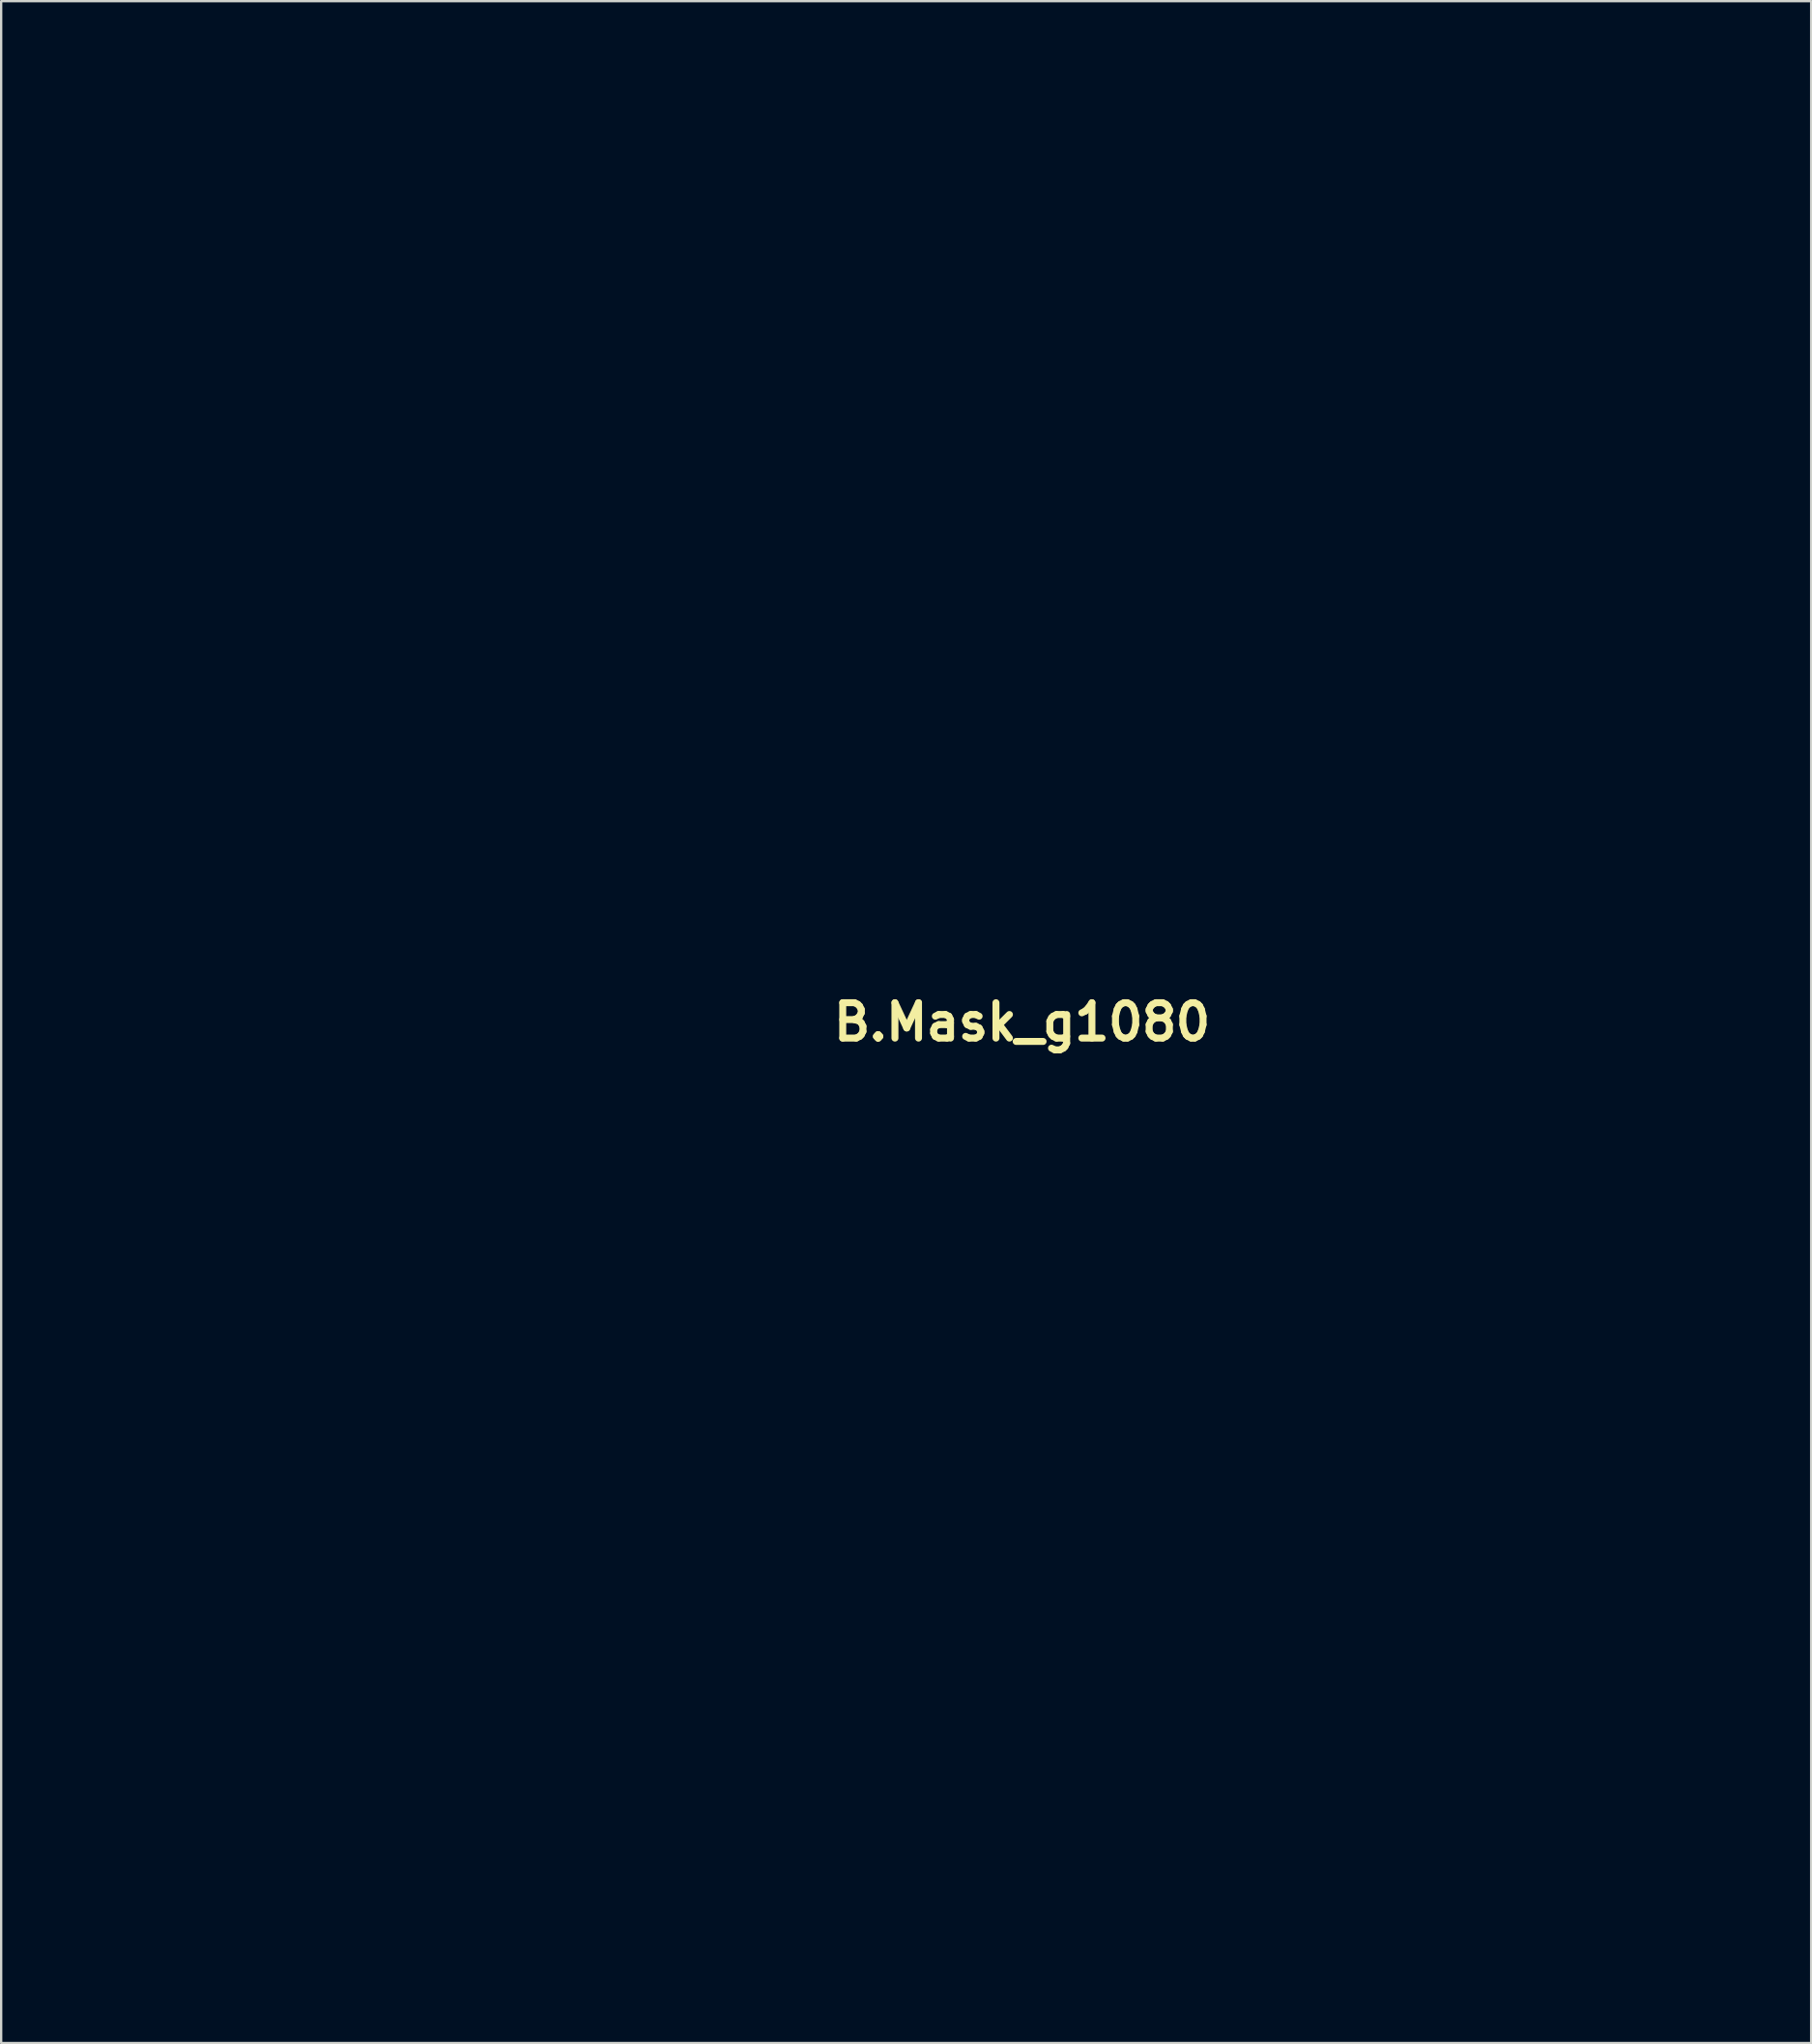
<source format=kicad_pcb>
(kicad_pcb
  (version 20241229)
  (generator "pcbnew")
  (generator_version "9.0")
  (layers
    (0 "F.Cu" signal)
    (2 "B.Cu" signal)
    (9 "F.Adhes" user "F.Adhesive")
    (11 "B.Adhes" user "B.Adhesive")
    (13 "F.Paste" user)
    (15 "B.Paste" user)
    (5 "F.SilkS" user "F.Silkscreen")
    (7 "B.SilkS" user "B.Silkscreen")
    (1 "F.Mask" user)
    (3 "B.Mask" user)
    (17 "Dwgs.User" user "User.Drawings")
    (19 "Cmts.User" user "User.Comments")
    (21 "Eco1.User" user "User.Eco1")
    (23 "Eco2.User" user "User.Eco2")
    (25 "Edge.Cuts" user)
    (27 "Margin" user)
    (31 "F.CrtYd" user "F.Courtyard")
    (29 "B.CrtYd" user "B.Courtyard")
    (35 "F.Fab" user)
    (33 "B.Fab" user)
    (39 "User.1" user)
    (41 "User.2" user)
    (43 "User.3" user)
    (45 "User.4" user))
  (footprint "B.Mask_g1080"
    (layer "F.Cu")
    (at 41.005 41.005)
    (property "Reference" "B.Mask_g1080" (at 0 0 0) (layer "F.SilkS") (effects (font (size 1.524 1.524) (thickness 0.3))))
    (attr through_hole)
    (fp_poly (pts (xy 0.529 -20.86) (xy 0.519 -20.849) (xy 0.508 -20.86) (xy 0.519 -20.87) (xy 0.529 -20.86)) (stroke (width 0.01) (type solid)) (fill yes) (layer "B.Mask"))
    (fp_poly (pts (xy 0.55 -20.606) (xy 0.54 -20.595) (xy 0.529 -20.606) (xy 0.54 -20.616) (xy 0.55 -20.606)) (stroke (width 0.01) (type solid)) (fill yes) (layer "B.Mask"))
    (fp_poly (pts (xy 0.737 -20.861) (xy 0.713 -20.833) (xy 0.658 -20.79) (xy 0.618 -20.763) (xy 0.519 -20.698) (xy 0.614 -20.784) (xy 0.667 -20.83) (xy 0.708 -20.861) (xy 0.726 -20.87) (xy 0.737 -20.861)) (stroke (width 0.01) (type solid)) (fill yes) (layer "B.Mask"))
    (fp_poly (pts (xy -9.734 -20.857) (xy -9.672 -20.824) (xy -9.64 -20.804) (xy -9.582 -20.767) (xy -9.52 -20.723) (xy -9.46 -20.678) (xy -9.411 -20.637) (xy -9.38 -20.609) (xy -9.376 -20.598) (xy -9.377 -20.598) (xy -9.398 -20.609) (xy -9.446 -20.639) (xy -9.515 -20.683) (xy -9.582 -20.728) (xy -9.669 -20.787) (xy -9.729 -20.832) (xy -9.76 -20.859) (xy -9.762 -20.869) (xy -9.734 -20.857)) (stroke (width 0.01) (type solid)) (fill yes) (layer "B.Mask"))
    (fp_poly (pts (xy 3.17 -19.098) (xy 3.183 -19.08) (xy 3.187 -19.05) (xy 3.19 -18.984) (xy 3.193 -18.888) (xy 3.195 -18.768) (xy 3.196 -18.63) (xy 3.196 -18.509) (xy 3.196 -17.971) (xy 3.09 -17.971) (xy 3.09 -18.542) (xy 3.09 -18.712) (xy 3.091 -18.845) (xy 3.092 -18.945) (xy 3.095 -19.016) (xy 3.099 -19.064) (xy 3.105 -19.093) (xy 3.113 -19.108) (xy 3.123 -19.113) (xy 3.13 -19.113) (xy 3.17 -19.098)) (stroke (width 0.01) (type solid)) (fill yes) (layer "B.Mask"))
    (fp_poly (pts (xy -9.326 -24.19) (xy -9.31 -24.177) (xy -9.298 -24.151) (xy -9.289 -24.108) (xy -9.282 -24.044) (xy -9.277 -23.955) (xy -9.274 -23.837) (xy -9.272 -23.687) (xy -9.271 -23.5) (xy -9.271 -23.391) (xy -9.271 -22.669) (xy -9.419 -22.669) (xy -9.419 -23.391) (xy -9.419 -23.597) (xy -9.418 -23.766) (xy -9.415 -23.899) (xy -9.411 -24.002) (xy -9.405 -24.079) (xy -9.397 -24.132) (xy -9.386 -24.166) (xy -9.372 -24.185) (xy -9.355 -24.193) (xy -9.345 -24.194) (xy -9.326 -24.19)) (stroke (width 0.01) (type solid)) (fill yes) (layer "B.Mask"))
    (fp_poly (pts (xy 0.275 -19.109) (xy 0.285 -19.096) (xy 0.292 -19.064) (xy 0.295 -19.007) (xy 0.296 -18.918) (xy 0.296 -18.85) (xy 0.296 -18.74) (xy 0.294 -18.666) (xy 0.29 -18.62) (xy 0.282 -18.595) (xy 0.269 -18.586) (xy 0.253 -18.584) (xy 0.235 -18.586) (xy 0.224 -18.597) (xy 0.217 -18.624) (xy 0.214 -18.674) (xy 0.214 -18.754) (xy 0.216 -18.843) (xy 0.219 -18.953) (xy 0.224 -19.028) (xy 0.23 -19.074) (xy 0.24 -19.098) (xy 0.255 -19.108) (xy 0.259 -19.11) (xy 0.275 -19.109)) (stroke (width 0.01) (type solid)) (fill yes) (layer "B.Mask"))
    (fp_poly (pts (xy 0.267 -18.329) (xy 0.277 -18.321) (xy 0.285 -18.303) (xy 0.29 -18.268) (xy 0.293 -18.212) (xy 0.295 -18.131) (xy 0.296 -18.019) (xy 0.296 -17.871) (xy 0.296 -17.812) (xy 0.296 -17.651) (xy 0.296 -17.527) (xy 0.294 -17.435) (xy 0.291 -17.372) (xy 0.287 -17.33) (xy 0.28 -17.307) (xy 0.271 -17.296) (xy 0.259 -17.293) (xy 0.254 -17.293) (xy 0.241 -17.295) (xy 0.231 -17.302) (xy 0.223 -17.321) (xy 0.218 -17.356) (xy 0.215 -17.411) (xy 0.213 -17.493) (xy 0.212 -17.605) (xy 0.212 -17.753) (xy 0.212 -17.812) (xy 0.212 -17.973) (xy 0.212 -18.097) (xy 0.214 -18.188) (xy 0.217 -18.252) (xy 0.221 -18.293) (xy 0.228 -18.317) (xy 0.237 -18.327) (xy 0.249 -18.33) (xy 0.254 -18.33) (xy 0.267 -18.329)) (stroke (width 0.01) (type solid)) (fill yes) (layer "B.Mask"))
    (fp_poly (pts (xy -4.88 -24.185) (xy -4.848 -24.144) (xy -4.847 -24.139) (xy -4.842 -24.106) (xy -4.838 -24.033) (xy -4.834 -23.923) (xy -4.831 -23.78) (xy -4.829 -23.605) (xy -4.827 -23.401) (xy -4.826 -23.172) (xy -4.826 -22.966) (xy -4.826 -22.717) (xy -4.828 -22.493) (xy -4.829 -22.294) (xy -4.832 -22.124) (xy -4.835 -21.986) (xy -4.839 -21.883) (xy -4.843 -21.817) (xy -4.847 -21.792) (xy -4.877 -21.748) (xy -4.915 -21.742) (xy -4.95 -21.775) (xy -4.952 -21.779) (xy -4.958 -21.811) (xy -4.962 -21.885) (xy -4.966 -21.999) (xy -4.969 -22.154) (xy -4.972 -22.349) (xy -4.973 -22.582) (xy -4.974 -22.854) (xy -4.974 -22.966) (xy -4.974 -23.252) (xy -4.973 -23.5) (xy -4.97 -23.709) (xy -4.968 -23.879) (xy -4.964 -24.009) (xy -4.96 -24.098) (xy -4.954 -24.145) (xy -4.952 -24.153) (xy -4.918 -24.188) (xy -4.88 -24.185)) (stroke (width 0.01) (type solid)) (fill yes) (layer "B.Mask"))
    (fp_poly (pts (xy 2.329 -19.106) (xy 2.335 -19.082) (xy 2.339 -19.038) (xy 2.343 -18.971) (xy 2.345 -18.877) (xy 2.347 -18.753) (xy 2.349 -18.596) (xy 2.349 -18.403) (xy 2.349 -18.203) (xy 2.349 -17.983) (xy 2.349 -17.802) (xy 2.348 -17.655) (xy 2.347 -17.54) (xy 2.345 -17.452) (xy 2.342 -17.388) (xy 2.338 -17.343) (xy 2.333 -17.316) (xy 2.327 -17.3) (xy 2.319 -17.294) (xy 2.311 -17.293) (xy 2.27 -17.3) (xy 2.258 -17.307) (xy 2.255 -17.331) (xy 2.252 -17.392) (xy 2.249 -17.487) (xy 2.247 -17.61) (xy 2.246 -17.758) (xy 2.244 -17.926) (xy 2.244 -18.108) (xy 2.244 -18.192) (xy 2.244 -18.414) (xy 2.244 -18.596) (xy 2.246 -18.744) (xy 2.248 -18.861) (xy 2.252 -18.95) (xy 2.258 -19.016) (xy 2.265 -19.061) (xy 2.275 -19.089) (xy 2.288 -19.105) (xy 2.303 -19.112) (xy 2.322 -19.113) (xy 2.329 -19.106)) (stroke (width 0.01) (type solid)) (fill yes) (layer "B.Mask"))
    (fp_poly (pts (xy 31.009 41) (xy -41 41) (xy -41 17.902) (xy -39.006 17.902) (xy -39.006 18.967) (xy -39.006 20.012) (xy -39.006 21.037) (xy -39.006 22.04) (xy -39.006 23.021) (xy -39.006 23.98) (xy -39.006 24.916) (xy -39.006 25.827) (xy -39.006 26.714) (xy -39.006 27.576) (xy -39.006 28.412) (xy -39.006 29.221) (xy -39.005 30.003) (xy -39.005 30.758) (xy -39.005 31.483) (xy -39.005 32.18) (xy -39.005 32.846) (xy -39.005 33.482) (xy -39.005 34.087) (xy -39.004 34.66) (xy -39.004 35.201) (xy -39.004 35.708) (xy -39.004 36.181) (xy -39.003 36.62) (xy -39.003 37.024) (xy -39.003 37.392) (xy -39.003 37.724) (xy -39.002 38.018) (xy -39.002 38.275) (xy -39.002 38.493) (xy -39.002 38.672) (xy -39.001 38.811) (xy -39.001 38.91) (xy -39.001 38.968) (xy -39 38.984) (xy -38.993 38.985) (xy -38.97 38.986) (xy -38.933 38.987) (xy -38.88 38.988) (xy -38.81 38.989) (xy -38.724 38.99) (xy -38.62 38.991) (xy -38.499 38.992) (xy -38.359 38.993) (xy -38.2 38.994) (xy -38.022 38.995) (xy -37.824 38.996) (xy -37.605 38.996) (xy -37.366 38.997) (xy -37.105 38.998) (xy -36.822 38.999) (xy -36.516 38.999) (xy -36.187 39) (xy -35.835 39.001) (xy -35.459 39.001) (xy -35.058 39.002) (xy -34.631 39.002) (xy -34.179 39.003) (xy -33.701 39.004) (xy -33.196 39.004) (xy -32.664 39.004) (xy -32.104 39.005) (xy -31.516 39.005) (xy -30.898 39.006) (xy -30.252 39.006) (xy -29.575 39.007) (xy -28.868 39.007) (xy -28.131 39.007) (xy -27.361 39.008) (xy -26.56 39.008) (xy -25.726 39.008) (xy -24.859 39.008) (xy -23.959 39.009) (xy -23.024 39.009) (xy -22.055 39.009) (xy -21.051 39.009) (xy -20.011 39.009) (xy -18.935 39.009) (xy -17.822 39.01) (xy -16.672 39.01) (xy -15.484 39.01) (xy -14.258 39.01) (xy -12.993 39.01) (xy -11.688 39.01) (xy -10.344 39.01) (xy -8.959 39.01) (xy -7.534 39.01) (xy -6.067 39.01) (xy -4.996 39.01) (xy 28.998 39.01) (xy 28.998 -39.01) (xy -5.001 -39.005) (xy -39 -39) (xy -39.005 -0.021) (xy -39.005 1.264) (xy -39.005 2.539) (xy -39.005 3.804) (xy -39.006 5.057) (xy -39.006 6.298) (xy -39.006 7.526) (xy -39.006 8.741) (xy -39.006 9.942) (xy -39.006 11.129) (xy -39.006 12.3) (xy -39.006 13.455) (xy -39.006 14.593) (xy -39.006 15.714) (xy -39.006 16.817) (xy -39.006 17.902) (xy -41 17.902) (xy -41 -41) (xy 31.009 -41) (xy 31.009 41)) (stroke (width 0.01) (type solid)) (fill yes) (layer "B.Mask"))
    (fp_poly (pts (xy 2.752 -21.145) (xy -11.578 -21.145) (xy -11.578 -24.49) (xy -10.818 -24.49) (xy -10.806 -24.141) (xy -10.684 -24.134) (xy -10.562 -24.128) (xy -10.562 -21.421) (xy -10.181 -21.421) (xy -10.181 -22.743) (xy -9.8 -22.743) (xy -9.8 -21.421) (xy -9.42 -21.421) (xy -9.414 -21.881) (xy -9.409 -22.341) (xy -9.282 -22.341) (xy -9.27 -21.421) (xy -8.89 -21.421) (xy -8.89 -22.648) (xy -8.725 -22.648) (xy -8.717 -22.209) (xy -8.713 -22.059) (xy -8.71 -21.944) (xy -8.705 -21.859) (xy -8.698 -21.795) (xy -8.689 -21.746) (xy -8.677 -21.705) (xy -8.661 -21.666) (xy -8.66 -21.664) (xy -8.596 -21.548) (xy -8.522 -21.469) (xy -8.431 -21.422) (xy -8.314 -21.402) (xy -8.265 -21.4) (xy -8.152 -21.409) (xy -8.056 -21.441) (xy -8.043 -21.447) (xy -7.941 -21.522) (xy -7.866 -21.626) (xy -7.832 -21.715) (xy -7.827 -21.752) (xy -7.823 -21.827) (xy -7.82 -21.935) (xy -7.817 -22.07) (xy -7.815 -22.229) (xy -7.813 -22.406) (xy -7.811 -22.596) (xy -7.811 -22.795) (xy -7.81 -22.997) (xy -7.811 -23.198) (xy -7.812 -23.394) (xy -7.813 -23.579) (xy -7.815 -23.748) (xy -7.818 -23.897) (xy -7.821 -24.021) (xy -7.824 -24.116) (xy -7.828 -24.175) (xy -7.831 -24.191) (xy -7.886 -24.315) (xy -7.971 -24.412) (xy -8.079 -24.477) (xy -8.132 -24.49) (xy -7.578 -24.49) (xy -7.578 -21.421) (xy -7.197 -21.421) (xy -7.197 -22.818) (xy -7.07 -22.818) (xy -7.07 -21.421) (xy -6.689 -21.421) (xy -6.689 -23.537) (xy -6.482 -23.537) (xy -6.075 -23.537) (xy -6.075 -23.855) (xy -6.074 -23.981) (xy -6.072 -24.071) (xy -6.067 -24.13) (xy -6.06 -24.165) (xy -6.049 -24.182) (xy -6.043 -24.186) (xy -6.001 -24.184) (xy -5.979 -24.172) (xy -5.968 -24.156) (xy -5.96 -24.126) (xy -5.954 -24.075) (xy -5.95 -24) (xy -5.948 -23.893) (xy -5.948 -23.751) (xy -5.948 -23.728) (xy -5.948 -23.578) (xy -5.949 -23.463) (xy -5.955 -23.376) (xy -5.968 -23.312) (xy -5.989 -23.262) (xy -6.022 -23.22) (xy -6.07 -23.18) (xy -6.134 -23.134) (xy -6.174 -23.105) (xy -6.291 -23.013) (xy -6.373 -22.925) (xy -6.426 -22.832) (xy -6.455 -22.726) (xy -6.457 -22.718) (xy -6.465 -22.638) (xy -6.471 -22.526) (xy -6.475 -22.394) (xy -6.476 -22.251) (xy -6.475 -22.108) (xy -6.471 -21.976) (xy -6.464 -21.866) (xy -6.456 -21.791) (xy -6.415 -21.652) (xy -6.344 -21.54) (xy -6.246 -21.459) (xy -6.125 -21.412) (xy -6.011 -21.399) (xy -5.879 -21.416) (xy -5.799 -21.447) (xy -5.707 -21.513) (xy -5.641 -21.599) (xy -5.617 -21.639) (xy -5.6 -21.675) (xy -5.588 -21.715) (xy -5.581 -21.767) (xy -5.576 -21.838) (xy -5.573 -21.938) (xy -5.57 -22.038) (xy -5.563 -22.373) (xy -5.948 -22.373) (xy -5.948 -22.082) (xy -5.95 -21.974) (xy -5.953 -21.879) (xy -5.958 -21.807) (xy -5.965 -21.767) (xy -5.967 -21.763) (xy -6 -21.742) (xy -6.024 -21.742) (xy -6.038 -21.747) (xy -6.048 -21.759) (xy -6.055 -21.785) (xy -6.06 -21.83) (xy -6.064 -21.898) (xy -6.067 -21.996) (xy -6.069 -22.128) (xy -6.07 -22.197) (xy -6.076 -22.644) (xy -6.022 -22.708) (xy -5.977 -22.753) (xy -5.911 -22.809) (xy -5.838 -22.865) (xy -5.835 -22.867) (xy -5.759 -22.928) (xy -5.689 -22.994) (xy -5.64 -23.052) (xy -5.577 -23.142) (xy -5.575 -23.331) (xy -5.352 -23.331) (xy -5.351 -23.053) (xy -5.351 -22.918) (xy -5.349 -22.664) (xy -5.348 -22.448) (xy -5.347 -22.268) (xy -5.345 -22.119) (xy -5.343 -21.999) (xy -5.341 -21.903) (xy -5.337 -21.83) (xy -5.333 -21.773) (xy -5.329 -21.732) (xy -5.323 -21.701) (xy -5.315 -21.677) (xy -5.307 -21.658) (xy -5.299 -21.643) (xy -5.259 -21.579) (xy -5.215 -21.523) (xy -5.204 -21.512) (xy -5.104 -21.446) (xy -4.984 -21.409) (xy -4.857 -21.402) (xy -4.735 -21.429) (xy -4.71 -21.44) (xy -4.608 -21.503) (xy -4.532 -21.592) (xy -4.494 -21.664) (xy -4.485 -21.686) (xy -4.478 -21.711) (xy -4.472 -21.746) (xy -4.467 -21.791) (xy -4.463 -21.853) (xy -4.46 -21.933) (xy -4.457 -22.036) (xy -4.455 -22.164) (xy -4.453 -22.322) (xy -4.452 -22.514) (xy -4.45 -22.741) (xy -4.449 -22.9) (xy -4.448 -23.206) (xy -4.448 -23.47) (xy -4.449 -23.692) (xy -4.452 -23.872) (xy -4.455 -24.01) (xy -4.46 -24.106) (xy -4.466 -24.161) (xy -4.466 -24.162) (xy -4.508 -24.275) (xy -4.579 -24.377) (xy -4.67 -24.456) (xy -4.693 -24.469) (xy -3.743 -24.469) (xy -3.741 -24.45) (xy -3.739 -24.442) (xy -3.732 -24.412) (xy -3.718 -24.345) (xy -3.697 -24.245) (xy -3.67 -24.117) (xy -3.638 -23.966) (xy -3.602 -23.796) (xy -3.564 -23.61) (xy -3.536 -23.478) (xy -3.344 -22.561) (xy -3.344 -21.421) (xy -2.963 -21.421) (xy -2.963 -22.029) (xy -2.962 -22.638) (xy -2.572 -24.474) (xy -2.434 -24.474) (xy -2.428 -24.451) (xy -2.412 -24.392) (xy -2.386 -24.302) (xy -2.351 -24.187) (xy -2.311 -24.051) (xy -2.265 -23.9) (xy -2.24 -23.817) (xy -2.046 -23.177) (xy -2.232 -22.346) (xy -2.272 -22.163) (xy -2.311 -21.992) (xy -2.345 -21.837) (xy -2.375 -21.703) (xy -2.4 -21.594) (xy -2.417 -21.516) (xy -2.427 -21.473) (xy -2.428 -21.468) (xy -2.432 -21.446) (xy -2.426 -21.432) (xy -2.403 -21.425) (xy -2.357 -21.422) (xy -2.279 -21.424) (xy -2.221 -21.425) (xy -2.003 -21.431) (xy -1.902 -22.013) (xy -1.876 -22.167) (xy -1.851 -22.308) (xy -1.83 -22.432) (xy -1.812 -22.532) (xy -1.8 -22.602) (xy -1.794 -22.637) (xy -1.794 -22.638) (xy -1.785 -22.639) (xy -1.767 -22.605) (xy -1.743 -22.541) (xy -1.729 -22.499) (xy -1.71 -22.437) (xy -1.696 -22.382) (xy -1.686 -22.327) (xy -1.679 -22.264) (xy -1.675 -22.186) (xy -1.673 -22.085) (xy -1.672 -21.954) (xy -1.672 -21.869) (xy -1.672 -21.421) (xy -1.291 -21.421) (xy -1.291 -23.282) (xy -1.079 -23.282) (xy -0.894 -23.288) (xy -0.709 -23.294) (xy -0.703 -23.734) (xy -0.701 -23.885) (xy -0.698 -23.998) (xy -0.694 -24.08) (xy -0.688 -24.135) (xy -0.681 -24.167) (xy -0.671 -24.183) (xy -0.666 -24.186) (xy -0.625 -24.184) (xy -0.603 -24.172) (xy -0.596 -24.162) (xy -0.59 -24.141) (xy -0.585 -24.107) (xy -0.582 -24.057) (xy -0.578 -23.986) (xy -0.576 -23.893) (xy -0.574 -23.773) (xy -0.573 -23.623) (xy -0.572 -23.441) (xy -0.572 -23.223) (xy -0.572 -22.969) (xy -0.572 -22.749) (xy -0.573 -22.541) (xy -0.575 -22.35) (xy -0.577 -22.179) (xy -0.579 -22.032) (xy -0.582 -21.913) (xy -0.585 -21.826) (xy -0.588 -21.775) (xy -0.59 -21.763) (xy -0.624 -21.742) (xy -0.648 -21.742) (xy -0.661 -21.747) (xy -0.671 -21.759) (xy -0.679 -21.785) (xy -0.684 -21.83) (xy -0.688 -21.898) (xy -0.691 -21.995) (xy -0.693 -22.127) (xy -0.694 -22.199) (xy -0.699 -22.648) (xy -1.079 -22.648) (xy -1.079 -22.199) (xy -1.079 -22.048) (xy -1.078 -21.934) (xy -1.075 -21.848) (xy -1.071 -21.785) (xy -1.064 -21.738) (xy -1.053 -21.7) (xy -1.039 -21.664) (xy -1.029 -21.643) (xy -0.967 -21.535) (xy -0.895 -21.462) (xy -0.804 -21.42) (xy -0.687 -21.402) (xy -0.645 -21.401) (xy -0.534 -21.409) (xy -0.441 -21.438) (xy -0.423 -21.447) (xy -0.321 -21.522) (xy -0.246 -21.626) (xy -0.212 -21.715) (xy -0.207 -21.753) (xy -0.203 -21.832) (xy -0.199 -21.948) (xy -0.196 -22.099) (xy -0.194 -22.283) (xy -0.192 -22.498) (xy -0.191 -22.74) (xy -0.191 -22.978) (xy -0.191 -24.164) (xy -0.244 -24.272) (xy -0.321 -24.384) (xy -0.42 -24.461) (xy -0.507 -24.49) (xy 0.042 -24.49) (xy 0.042 -23.14) (xy 0.043 -22.829) (xy 0.044 -22.553) (xy 0.046 -22.315) (xy 0.048 -22.115) (xy 0.051 -21.953) (xy 0.055 -21.832) (xy 0.06 -21.75) (xy 0.065 -21.711) (xy 0.116 -21.6) (xy 0.198 -21.51) (xy 0.302 -21.445) (xy 0.42 -21.408) (xy 0.544 -21.403) (xy 0.666 -21.432) (xy 0.699 -21.447) (xy 0.803 -21.522) (xy 0.878 -21.628) (xy 0.915 -21.738) (xy 1.122 -21.738) (xy 1.122 -21.421) (xy 1.926 -21.421) (xy 1.926 -24.49) (xy 1.545 -24.49) (xy 1.545 -21.738) (xy 1.122 -21.738) (xy 0.915 -21.738) (xy 0.924 -21.765) (xy 0.931 -21.802) (xy 0.935 -21.852) (xy 0.939 -21.942) (xy 0.943 -22.069) (xy 0.946 -22.228) (xy 0.948 -22.418) (xy 0.95 -22.636) (xy 0.952 -22.877) (xy 0.952 -23.14) (xy 0.952 -23.215) (xy 0.953 -24.49) (xy 0.551 -24.49) (xy 0.545 -23.12) (xy 0.544 -22.845) (xy 0.543 -22.61) (xy 0.542 -22.411) (xy 0.54 -22.245) (xy 0.539 -22.109) (xy 0.537 -22.001) (xy 0.534 -21.916) (xy 0.531 -21.852) (xy 0.527 -21.807) (xy 0.523 -21.776) (xy 0.517 -21.757) (xy 0.511 -21.747) (xy 0.504 -21.743) (xy 0.5 -21.742) (xy 0.458 -21.748) (xy 0.442 -21.763) (xy 0.439 -21.788) (xy 0.436 -21.853) (xy 0.433 -21.952) (xy 0.431 -22.083) (xy 0.428 -22.241) (xy 0.427 -22.424) (xy 0.425 -22.627) (xy 0.424 -22.846) (xy 0.424 -23.079) (xy 0.424 -23.14) (xy 0.423 -24.49) (xy 0.042 -24.49) (xy -0.507 -24.49) (xy -0.542 -24.501) (xy -0.582 -24.507) (xy -0.71 -24.509) (xy -0.81 -24.489) (xy -0.893 -24.445) (xy -0.925 -24.42) (xy -0.972 -24.376) (xy -1.008 -24.332) (xy -1.035 -24.282) (xy -1.055 -24.221) (xy -1.067 -24.141) (xy -1.075 -24.038) (xy -1.078 -23.904) (xy -1.079 -23.735) (xy -1.079 -23.732) (xy -1.079 -23.282) (xy -1.291 -23.282) (xy -1.291 -24.49) (xy -1.672 -24.49) (xy -1.672 -23.862) (xy -1.672 -23.704) (xy -1.673 -23.562) (xy -1.675 -23.44) (xy -1.676 -23.343) (xy -1.679 -23.276) (xy -1.681 -23.245) (xy -1.682 -23.243) (xy -1.689 -23.265) (xy -1.705 -23.321) (xy -1.728 -23.406) (xy -1.758 -23.513) (xy -1.791 -23.637) (xy -1.827 -23.771) (xy -1.864 -23.909) (xy -1.9 -24.045) (xy -1.933 -24.172) (xy -1.963 -24.286) (xy -1.987 -24.378) (xy -2.003 -24.444) (xy -2.011 -24.477) (xy -2.011 -24.479) (xy -2.031 -24.484) (xy -2.084 -24.487) (xy -2.161 -24.489) (xy -2.223 -24.49) (xy -2.311 -24.488) (xy -2.382 -24.484) (xy -2.425 -24.479) (xy -2.434 -24.474) (xy -2.572 -24.474) (xy -2.568 -24.491) (xy -2.77 -24.485) (xy -2.972 -24.479) (xy -3.019 -24.172) (xy -3.053 -23.951) (xy -3.081 -23.768) (xy -3.104 -23.621) (xy -3.122 -23.504) (xy -3.137 -23.415) (xy -3.147 -23.351) (xy -3.155 -23.308) (xy -3.161 -23.282) (xy -3.165 -23.27) (xy -3.167 -23.268) (xy -3.172 -23.29) (xy -3.181 -23.347) (xy -3.195 -23.433) (xy -3.211 -23.542) (xy -3.23 -23.666) (xy -3.25 -23.801) (xy -3.27 -23.939) (xy -3.29 -24.073) (xy -3.308 -24.198) (xy -3.323 -24.307) (xy -3.335 -24.393) (xy -3.342 -24.451) (xy -3.344 -24.472) (xy -3.364 -24.48) (xy -3.417 -24.486) (xy -3.494 -24.489) (xy -3.548 -24.49) (xy -3.641 -24.489) (xy -3.7 -24.487) (xy -3.731 -24.481) (xy -3.743 -24.469) (xy -4.693 -24.469) (xy -4.707 -24.477) (xy -4.802 -24.504) (xy -4.915 -24.512) (xy -5.029 -24.499) (xy -5.124 -24.467) (xy -5.132 -24.463) (xy -5.23 -24.384) (xy -5.303 -24.276) (xy -5.335 -24.19) (xy -5.34 -24.148) (xy -5.344 -24.064) (xy -5.348 -23.94) (xy -5.35 -23.775) (xy -5.352 -23.572) (xy -5.352 -23.331) (xy -5.575 -23.331) (xy -5.571 -23.624) (xy -5.569 -23.803) (xy -5.57 -23.946) (xy -5.574 -24.057) (xy -5.583 -24.144) (xy -5.597 -24.212) (xy -5.617 -24.266) (xy -5.645 -24.312) (xy -5.68 -24.356) (xy -5.69 -24.367) (xy -5.776 -24.446) (xy -5.869 -24.492) (xy -5.982 -24.51) (xy -6.022 -24.511) (xy -6.152 -24.497) (xy -6.257 -24.455) (xy -6.333 -24.392) (xy -6.38 -24.336) (xy -6.414 -24.275) (xy -6.439 -24.203) (xy -6.456 -24.111) (xy -6.466 -23.992) (xy -6.473 -23.85) (xy -6.482 -23.537) (xy -6.689 -23.537) (xy -6.689 -24.49) (xy -7.07 -24.49) (xy -7.07 -23.156) (xy -7.197 -23.156) (xy -7.197 -24.49) (xy -7.578 -24.49) (xy -8.132 -24.49) (xy -8.202 -24.507) (xy -8.328 -24.509) (xy -8.427 -24.49) (xy -8.511 -24.446) (xy -8.551 -24.413) (xy -8.601 -24.364) (xy -8.639 -24.314) (xy -8.667 -24.256) (xy -8.687 -24.183) (xy -8.7 -24.091) (xy -8.707 -23.972) (xy -8.71 -23.82) (xy -8.71 -23.717) (xy -8.71 -23.294) (xy -8.329 -23.294) (xy -8.323 -23.734) (xy -8.321 -23.885) (xy -8.318 -23.998) (xy -8.314 -24.08) (xy -8.308 -24.135) (xy -8.301 -24.167) (xy -8.291 -24.183) (xy -8.286 -24.186) (xy -8.245 -24.184) (xy -8.223 -24.172) (xy -8.216 -24.162) (xy -8.21 -24.141) (xy -8.205 -24.107) (xy -8.202 -24.057) (xy -8.198 -23.986) (xy -8.196 -23.893) (xy -8.194 -23.773) (xy -8.193 -23.623) (xy -8.192 -23.441) (xy -8.192 -23.223) (xy -8.192 -22.969) (xy -8.192 -22.749) (xy -8.193 -22.541) (xy -8.195 -22.35) (xy -8.197 -22.179) (xy -8.199 -22.032) (xy -8.202 -21.913) (xy -8.205 -21.826) (xy -8.208 -21.775) (xy -8.21 -21.763) (xy -8.244 -21.742) (xy -8.268 -21.742) (xy -8.281 -21.747) (xy -8.291 -21.759) (xy -8.299 -21.785) (xy -8.304 -21.83) (xy -8.308 -21.898) (xy -8.311 -21.995) (xy -8.313 -22.127) (xy -8.314 -22.199) (xy -8.319 -22.648) (xy -8.725 -22.648) (xy -8.89 -22.648) (xy -8.89 -22.755) (xy -8.89 -23.062) (xy -8.891 -23.328) (xy -8.893 -23.555) (xy -8.895 -23.745) (xy -8.898 -23.899) (xy -8.901 -24.019) (xy -8.906 -24.108) (xy -8.911 -24.165) (xy -8.915 -24.188) (xy -8.958 -24.289) (xy -9.029 -24.376) (xy -9.134 -24.455) (xy -9.25 -24.499) (xy -9.37 -24.51) (xy -9.487 -24.489) (xy -9.594 -24.439) (xy -9.684 -24.362) (xy -9.749 -24.258) (xy -9.777 -24.173) (xy -9.783 -24.123) (xy -9.788 -24.031) (xy -9.792 -23.897) (xy -9.795 -23.72) (xy -9.797 -23.501) (xy -9.799 -23.239) (xy -9.8 -22.936) (xy -9.8 -22.743) (xy -10.181 -22.743) (xy -10.181 -24.128) (xy -9.98 -24.141) (xy -9.974 -24.315) (xy -9.968 -24.49) (xy -10.818 -24.49) (xy -11.578 -24.49) (xy -11.578 -24.744) (xy 2.752 -24.744) (xy 2.752 -21.145)) (stroke (width 0.01) (type solid)) (fill yes) (layer "B.Mask"))
    (fp_poly (pts (xy 3.006 -22.882) (xy 5.337 -22.871) (xy 4.615 -22.112) (xy 4.449 -21.938) (xy 4.311 -21.791) (xy 4.198 -21.671) (xy 4.107 -21.573) (xy 4.037 -21.495) (xy 3.985 -21.435) (xy 3.95 -21.391) (xy 3.928 -21.359) (xy 3.918 -21.338) (xy 3.918 -21.324) (xy 3.92 -21.319) (xy 3.939 -21.297) (xy 3.984 -21.247) (xy 4.052 -21.171) (xy 4.139 -21.074) (xy 4.243 -20.958) (xy 4.361 -20.826) (xy 4.491 -20.681) (xy 4.629 -20.527) (xy 4.652 -20.503) (xy 5.355 -19.72) (xy 5.35 -18.184) (xy 5.345 -16.648) (xy -14.182 -16.637) (xy -14.182 -19.643) (xy -14.076 -19.643) (xy -14.076 -16.743) (xy 5.249 -16.743) (xy 5.249 -19.643) (xy -14.076 -19.643) (xy -14.182 -19.643) (xy -14.182 -19.726) (xy -13.501 -20.483) (xy -13.363 -20.637) (xy -13.233 -20.782) (xy -13.112 -20.916) (xy -13.005 -21.035) (xy -12.915 -21.135) (xy -12.843 -21.215) (xy -12.794 -21.269) (xy -12.77 -21.295) (xy -12.721 -21.35) (xy -13.444 -22.11) (xy -14.057 -22.754) (xy -13.87 -22.754) (xy -13.778 -22.654) (xy -13.742 -22.616) (xy -13.681 -22.551) (xy -13.599 -22.464) (xy -13.499 -22.359) (xy -13.386 -22.239) (xy -13.262 -22.109) (xy -13.133 -21.974) (xy -13.124 -21.964) (xy -12.999 -21.833) (xy -12.883 -21.711) (xy -12.78 -21.601) (xy -12.692 -21.509) (xy -12.624 -21.435) (xy -12.578 -21.385) (xy -12.558 -21.362) (xy -12.557 -21.36) (xy -12.569 -21.342) (xy -12.608 -21.295) (xy -12.669 -21.224) (xy -12.75 -21.131) (xy -12.848 -21.019) (xy -12.96 -20.892) (xy -13.084 -20.753) (xy -13.189 -20.637) (xy -13.322 -20.489) (xy -13.446 -20.35) (xy -13.56 -20.224) (xy -13.66 -20.113) (xy -13.743 -20.02) (xy -13.806 -19.95) (xy -13.846 -19.906) (xy -13.859 -19.891) (xy -13.863 -19.885) (xy -13.861 -19.88) (xy -13.852 -19.875) (xy -13.833 -19.871) (xy -13.802 -19.868) (xy -13.755 -19.865) (xy -13.692 -19.862) (xy -13.609 -19.86) (xy -13.504 -19.859) (xy -13.375 -19.857) (xy -13.22 -19.856) (xy -13.035 -19.855) (xy -12.819 -19.855) (xy -12.57 -19.855) (xy -12.284 -19.854) (xy -11.96 -19.854) (xy -11.73 -19.854) (xy -11.431 -19.854) (xy -11.145 -19.855) (xy -10.873 -19.855) (xy -10.62 -19.856) (xy -10.387 -19.857) (xy -10.177 -19.858) (xy -9.994 -19.859) (xy -9.839 -19.86) (xy -9.717 -19.861) (xy -9.629 -19.863) (xy -9.579 -19.864) (xy -9.567 -19.865) (xy -9.584 -19.882) (xy -9.632 -19.916) (xy -9.703 -19.965) (xy -9.793 -20.023) (xy -9.894 -20.087) (xy -10.002 -20.154) (xy -10.109 -20.218) (xy -10.209 -20.277) (xy -10.21 -20.277) (xy -10.557 -20.462) (xy -10.923 -20.628) (xy -11.291 -20.769) (xy -11.468 -20.827) (xy -11.586 -20.862) (xy -11.664 -20.881) (xy -11.673 -20.883) (xy -11.31 -20.883) (xy -11.276 -20.862) (xy -11.203 -20.828) (xy -11.09 -20.778) (xy -11.081 -20.774) (xy -10.801 -20.651) (xy -10.535 -20.524) (xy -10.285 -20.394) (xy -10.057 -20.266) (xy -9.855 -20.14) (xy -9.682 -20.02) (xy -9.544 -19.908) (xy -9.492 -19.858) (xy -9.366 -19.731) (xy -4.421 -19.729) (xy 0.524 -19.727) (xy 0.663 -19.862) (xy 0.667 -19.865) (xy 0.741 -19.865) (xy 0.762 -19.864) (xy 0.822 -19.862) (xy 0.919 -19.861) (xy 1.05 -19.86) (xy 1.212 -19.859) (xy 1.402 -19.857) (xy 1.618 -19.857) (xy 1.856 -19.856) (xy 2.115 -19.855) (xy 2.39 -19.855) (xy 2.68 -19.854) (xy 2.904 -19.854) (xy 5.067 -19.854) (xy 5.002 -19.923) (xy 4.955 -19.974) (xy 4.887 -20.048) (xy 4.803 -20.14) (xy 4.706 -20.248) (xy 4.598 -20.368) (xy 4.484 -20.495) (xy 4.367 -20.626) (xy 4.25 -20.757) (xy 4.137 -20.884) (xy 4.031 -21.004) (xy 3.935 -21.112) (xy 3.853 -21.205) (xy 3.789 -21.278) (xy 3.746 -21.329) (xy 3.726 -21.353) (xy 3.725 -21.354) (xy 3.739 -21.371) (xy 3.779 -21.416) (xy 3.842 -21.483) (xy 3.923 -21.571) (xy 4.02 -21.675) (xy 4.13 -21.791) (xy 4.248 -21.917) (xy 4.372 -22.048) (xy 4.497 -22.181) (xy 4.622 -22.312) (xy 4.742 -22.438) (xy 4.854 -22.555) (xy 4.955 -22.659) (xy 4.96 -22.664) (xy 5.046 -22.754) (xy 3.006 -22.754) (xy 3.006 -22.628) (xy 3.873 -22.622) (xy 4.74 -22.617) (xy 4.139 -21.982) (xy 3.537 -21.347) (xy 3.617 -21.262) (xy 3.645 -21.231) (xy 3.698 -21.174) (xy 3.77 -21.093) (xy 3.86 -20.995) (xy 3.961 -20.882) (xy 4.071 -20.76) (xy 4.185 -20.633) (xy 4.3 -20.506) (xy 4.411 -20.382) (xy 4.515 -20.266) (xy 4.607 -20.163) (xy 4.684 -20.077) (xy 4.728 -20.029) (xy 4.77 -19.981) (xy 1.049 -19.981) (xy 1.122 -20.031) (xy 1.264 -20.119) (xy 1.441 -20.218) (xy 1.65 -20.324) (xy 1.885 -20.436) (xy 2.142 -20.551) (xy 2.416 -20.667) (xy 2.551 -20.723) (xy 2.67 -20.771) (xy 2.774 -20.813) (xy 2.858 -20.849) (xy 2.916 -20.874) (xy 2.942 -20.886) (xy 2.942 -20.886) (xy 2.937 -20.894) (xy 2.898 -20.891) (xy 2.831 -20.877) (xy 2.742 -20.854) (xy 2.639 -20.824) (xy 2.526 -20.789) (xy 2.485 -20.775) (xy 2.032 -20.601) (xy 1.582 -20.387) (xy 1.14 -20.135) (xy 0.979 -20.033) (xy 0.892 -19.975) (xy 0.819 -19.925) (xy 0.767 -19.887) (xy 0.742 -19.867) (xy 0.741 -19.865) (xy 0.667 -19.865) (xy 0.798 -19.979) (xy 0.969 -20.103) (xy 1.171 -20.233) (xy 1.4 -20.366) (xy 1.651 -20.498) (xy 1.918 -20.628) (xy 2.198 -20.752) (xy 2.228 -20.764) (xy 2.325 -20.806) (xy 2.405 -20.842) (xy 2.461 -20.869) (xy 2.488 -20.885) (xy 2.488 -20.887) (xy 2.462 -20.886) (xy 2.403 -20.87) (xy 2.314 -20.841) (xy 2.202 -20.801) (xy 2.072 -20.75) (xy 1.929 -20.692) (xy 1.892 -20.677) (xy 1.718 -20.599) (xy 1.521 -20.503) (xy 1.313 -20.394) (xy 1.103 -20.278) (xy 0.904 -20.162) (xy 0.764 -20.075) (xy 0.691 -20.03) (xy 0.649 -20.007) (xy 0.636 -20.004) (xy 0.65 -20.019) (xy 0.687 -20.049) (xy 0.745 -20.093) (xy 0.821 -20.147) (xy 0.912 -20.21) (xy 0.966 -20.247) (xy 1.175 -20.38) (xy 1.405 -20.513) (xy 1.639 -20.639) (xy 1.863 -20.749) (xy 1.945 -20.786) (xy 2.028 -20.824) (xy 2.089 -20.856) (xy 2.123 -20.878) (xy 2.124 -20.887) (xy 2.078 -20.881) (xy 2.001 -20.855) (xy 1.897 -20.813) (xy 1.77 -20.755) (xy 1.625 -20.685) (xy 1.468 -20.605) (xy 1.301 -20.517) (xy 1.131 -20.422) (xy 0.962 -20.325) (xy 0.862 -20.265) (xy 0.765 -20.207) (xy 0.683 -20.159) (xy 0.621 -20.124) (xy 0.586 -20.106) (xy 0.58 -20.105) (xy 0.604 -20.128) (xy 0.657 -20.169) (xy 0.732 -20.222) (xy 0.821 -20.284) (xy 0.917 -20.349) (xy 1.014 -20.412) (xy 1.104 -20.469) (xy 1.117 -20.477) (xy 1.211 -20.533) (xy 1.33 -20.6) (xy 1.457 -20.671) (xy 1.579 -20.736) (xy 1.593 -20.743) (xy 1.708 -20.805) (xy 1.784 -20.85) (xy 1.823 -20.879) (xy 1.825 -20.891) (xy 1.819 -20.891) (xy 1.771 -20.88) (xy 1.692 -20.849) (xy 1.585 -20.799) (xy 1.455 -20.733) (xy 1.307 -20.654) (xy 1.144 -20.563) (xy 0.97 -20.462) (xy 0.791 -20.354) (xy 0.688 -20.291) (xy 0.628 -20.255) (xy 0.602 -20.242) (xy 0.607 -20.252) (xy 0.624 -20.267) (xy 0.687 -20.317) (xy 0.779 -20.382) (xy 0.891 -20.458) (xy 1.016 -20.539) (xy 1.145 -20.62) (xy 1.27 -20.696) (xy 1.383 -20.761) (xy 1.386 -20.763) (xy 1.481 -20.817) (xy 1.542 -20.854) (xy 1.572 -20.877) (xy 1.575 -20.889) (xy 1.557 -20.892) (xy 1.506 -20.88) (xy 1.426 -20.847) (xy 1.32 -20.796) (xy 1.195 -20.729) (xy 1.056 -20.649) (xy 0.907 -20.558) (xy 0.869 -20.534) (xy 0.746 -20.456) (xy 0.657 -20.4) (xy 0.596 -20.363) (xy 0.562 -20.343) (xy 0.55 -20.339) (xy 0.558 -20.35) (xy 0.582 -20.372) (xy 0.603 -20.392) (xy 0.715 -20.484) (xy 0.854 -20.583) (xy 1.009 -20.683) (xy 1.167 -20.774) (xy 1.192 -20.787) (xy 1.277 -20.833) (xy 1.329 -20.863) (xy 1.351 -20.88) (xy 1.347 -20.889) (xy 1.321 -20.891) (xy 1.311 -20.891) (xy 1.249 -20.878) (xy 1.157 -20.84) (xy 1.037 -20.778) (xy 0.892 -20.692) (xy 0.724 -20.586) (xy 0.699 -20.569) (xy 0.628 -20.523) (xy 0.591 -20.501) (xy 0.583 -20.5) (xy 0.603 -20.52) (xy 0.624 -20.539) (xy 0.677 -20.581) (xy 0.755 -20.636) (xy 0.847 -20.697) (xy 0.925 -20.747) (xy 1.015 -20.803) (xy 1.072 -20.842) (xy 1.102 -20.866) (xy 1.107 -20.879) (xy 1.092 -20.886) (xy 1.077 -20.888) (xy 1.035 -20.886) (xy 0.983 -20.869) (xy 0.914 -20.836) (xy 0.824 -20.782) (xy 0.706 -20.707) (xy 0.688 -20.694) (xy 0.626 -20.655) (xy 0.596 -20.639) (xy 0.596 -20.646) (xy 0.609 -20.663) (xy 0.652 -20.7) (xy 0.718 -20.747) (xy 0.793 -20.795) (xy 0.794 -20.796) (xy 0.86 -20.835) (xy 0.909 -20.866) (xy 0.931 -20.882) (xy 0.931 -20.883) (xy 0.91 -20.884) (xy 0.849 -20.885) (xy 0.749 -20.885) (xy 0.612 -20.886) (xy 0.44 -20.887) (xy 0.234 -20.887) (xy -0.003 -20.888) (xy -0.27 -20.888) (xy -0.565 -20.889) (xy -0.886 -20.889) (xy -1.231 -20.89) (xy -1.599 -20.89) (xy -1.987 -20.89) (xy -2.395 -20.891) (xy -2.819 -20.891) (xy -3.259 -20.891) (xy -3.713 -20.891) (xy -4.178 -20.891) (xy -4.321 -20.891) (xy -9.573 -20.892) (xy -9.464 -20.805) (xy -9.409 -20.76) (xy -9.37 -20.725) (xy -9.356 -20.709) (xy -9.363 -20.706) (xy -9.39 -20.72) (xy -9.44 -20.754) (xy -9.514 -20.809) (xy -9.569 -20.848) (xy -9.613 -20.872) (xy -9.661 -20.884) (xy -9.726 -20.888) (xy -9.795 -20.888) (xy -9.875 -20.888) (xy -9.936 -20.886) (xy -9.967 -20.883) (xy -9.97 -20.883) (xy -9.953 -20.87) (xy -9.908 -20.841) (xy -9.843 -20.802) (xy -9.816 -20.786) (xy -9.742 -20.741) (xy -9.66 -20.687) (xy -9.576 -20.629) (xy -9.498 -20.574) (xy -9.434 -20.527) (xy -9.391 -20.492) (xy -9.377 -20.476) (xy -9.392 -20.481) (xy -9.432 -20.505) (xy -9.467 -20.528) (xy -9.519 -20.562) (xy -9.598 -20.612) (xy -9.693 -20.67) (xy -9.794 -20.732) (xy -9.808 -20.74) (xy -9.923 -20.807) (xy -10.009 -20.853) (xy -10.074 -20.88) (xy -10.122 -20.891) (xy -10.136 -20.891) (xy -10.168 -20.89) (xy -10.178 -20.884) (xy -10.165 -20.87) (xy -10.123 -20.844) (xy -10.05 -20.803) (xy -10.012 -20.783) (xy -9.871 -20.705) (xy -9.754 -20.633) (xy -9.645 -20.559) (xy -9.529 -20.472) (xy -9.488 -20.439) (xy -9.417 -20.381) (xy -9.373 -20.342) (xy -9.357 -20.323) (xy -9.372 -20.328) (xy -9.414 -20.353) (xy -9.593 -20.469) (xy -9.763 -20.574) (xy -9.922 -20.669) (xy -10.064 -20.749) (xy -10.186 -20.814) (xy -10.284 -20.861) (xy -10.353 -20.887) (xy -10.381 -20.892) (xy -10.4 -20.888) (xy -10.397 -20.876) (xy -10.368 -20.853) (xy -10.309 -20.816) (xy -10.218 -20.763) (xy -10.181 -20.743) (xy -10.044 -20.663) (xy -9.904 -20.577) (xy -9.767 -20.49) (xy -9.643 -20.408) (xy -9.539 -20.334) (xy -9.462 -20.275) (xy -9.451 -20.266) (xy -9.387 -20.21) (xy -9.461 -20.255) (xy -9.694 -20.395) (xy -9.906 -20.52) (xy -10.098 -20.629) (xy -10.266 -20.721) (xy -10.407 -20.794) (xy -10.521 -20.848) (xy -10.603 -20.881) (xy -10.652 -20.891) (xy -10.651 -20.882) (xy -10.617 -20.856) (xy -10.553 -20.816) (xy -10.463 -20.765) (xy -10.382 -20.721) (xy -10.183 -20.612) (xy -10.014 -20.516) (xy -9.867 -20.427) (xy -9.734 -20.341) (xy -9.608 -20.253) (xy -9.588 -20.239) (xy -9.505 -20.178) (xy -9.445 -20.132) (xy -9.411 -20.103) (xy -9.404 -20.093) (xy -9.428 -20.105) (xy -9.451 -20.119) (xy -9.673 -20.255) (xy -9.9 -20.387) (xy -10.125 -20.513) (xy -10.339 -20.626) (xy -10.535 -20.724) (xy -10.706 -20.802) (xy -10.716 -20.807) (xy -10.826 -20.851) (xy -10.902 -20.877) (xy -10.944 -20.886) (xy -10.951 -20.88) (xy -10.92 -20.857) (xy -10.852 -20.821) (xy -10.76 -20.777) (xy -10.297 -20.546) (xy -9.853 -20.281) (xy -9.8 -20.245) (xy -9.682 -20.165) (xy -9.588 -20.1) (xy -9.521 -20.051) (xy -9.481 -20.02) (xy -9.471 -20.008) (xy -9.491 -20.016) (xy -9.543 -20.045) (xy -9.629 -20.097) (xy -9.646 -20.107) (xy -10.073 -20.358) (xy -10.485 -20.57) (xy -10.882 -20.744) (xy -11.055 -20.81) (xy -11.177 -20.852) (xy -11.26 -20.878) (xy -11.304 -20.888) (xy -11.31 -20.883) (xy -11.673 -20.883) (xy -11.703 -20.887) (xy -11.705 -20.878) (xy -11.668 -20.857) (xy -11.595 -20.822) (xy -11.484 -20.774) (xy -11.364 -20.725) (xy -11.2 -20.657) (xy -11.023 -20.58) (xy -10.84 -20.497) (xy -10.659 -20.412) (xy -10.485 -20.327) (xy -10.326 -20.247) (xy -10.189 -20.174) (xy -10.08 -20.112) (xy -10.033 -20.083) (xy -9.895 -19.992) (xy -10.821 -19.986) (xy -11.066 -19.985) (xy -11.34 -19.985) (xy -11.631 -19.984) (xy -11.927 -19.984) (xy -12.216 -19.985) (xy -12.484 -19.985) (xy -12.671 -19.986) (xy -13.595 -19.992) (xy -12.987 -20.665) (xy -12.859 -20.807) (xy -12.74 -20.94) (xy -12.634 -21.061) (xy -12.543 -21.165) (xy -12.47 -21.25) (xy -12.418 -21.312) (xy -12.39 -21.348) (xy -12.386 -21.356) (xy -12.402 -21.375) (xy -12.444 -21.421) (xy -12.508 -21.491) (xy -12.593 -21.582) (xy -12.694 -21.69) (xy -12.809 -21.812) (xy -12.934 -21.944) (xy -12.982 -21.996) (xy -13.572 -22.617) (xy -12.702 -22.622) (xy -11.832 -22.628) (xy -11.832 -22.754) (xy -13.87 -22.754) (xy -14.057 -22.754) (xy -14.167 -22.871) (xy -13 -22.876) (xy -11.832 -22.882) (xy -11.832 -24.871) (xy -11.726 -24.871) (xy -11.726 -22.959) (xy -11.726 -22.678) (xy -11.726 -22.409) (xy -11.725 -22.156) (xy -11.724 -21.92) (xy -11.723 -21.706) (xy -11.721 -21.516) (xy -11.72 -21.353) (xy -11.718 -21.22) (xy -11.716 -21.12) (xy -11.714 -21.057) (xy -11.712 -21.033) (xy -11.712 -21.033) (xy -11.69 -21.032) (xy -11.627 -21.03) (xy -11.525 -21.029) (xy -11.386 -21.028) (xy -11.21 -21.027) (xy -10.999 -21.027) (xy -10.755 -21.026) (xy -10.48 -21.025) (xy -10.174 -21.024) (xy -9.84 -21.023) (xy -9.479 -21.022) (xy -9.092 -21.022) (xy -8.682 -21.021) (xy -8.249 -21.021) (xy -7.795 -21.02) (xy -7.322 -21.02) (xy -6.83 -21.019) (xy -6.323 -21.019) (xy -5.801 -21.019) (xy -5.265 -21.019) (xy -4.718 -21.019) (xy -4.41 -21.018) (xy 2.879 -21.018) (xy 2.879 -24.871) (xy -11.726 -24.871) (xy -11.832 -24.871) (xy -11.832 -24.998) (xy 3.006 -24.998) (xy 3.006 -22.882)) (stroke (width 0.01) (type solid)) (fill yes) (layer "B.Mask"))
    (fp_poly (pts (xy 5.144 -16.828) (xy -13.97 -16.828) (xy -13.97 -19.346) (xy -13.399 -19.346) (xy -13.399 -19.113) (xy -13.081 -19.113) (xy -13.081 -18.352) (xy -13.314 -18.352) (xy -13.314 -18.098) (xy -13.081 -18.098) (xy -13.081 -17.272) (xy -13.399 -17.272) (xy -13.399 -17.039) (xy -12.785 -17.039) (xy -12.785 -19.346) (xy -12.615 -19.346) (xy -12.615 -17.039) (xy -12.34 -17.039) (xy -12.34 -17.062) (xy -12.207 -17.062) (xy -12.199 -17.048) (xy -12.171 -17.042) (xy -12.116 -17.041) (xy -12.05 -17.044) (xy -11.885 -17.05) (xy -11.817 -17.441) (xy -11.795 -17.57) (xy -11.774 -17.69) (xy -11.756 -17.791) (xy -11.742 -17.867) (xy -11.735 -17.907) (xy -11.72 -17.981) (xy -11.682 -17.865) (xy -11.667 -17.808) (xy -11.656 -17.742) (xy -11.649 -17.658) (xy -11.645 -17.549) (xy -11.643 -17.406) (xy -11.643 -17.394) (xy -11.642 -17.039) (xy -11.345 -17.039) (xy -11.345 -19.346) (xy -11.176 -19.346) (xy -11.176 -17.039) (xy -10.904 -17.039) (xy -10.817 -17.404) (xy -10.783 -17.545) (xy -10.747 -17.692) (xy -10.713 -17.832) (xy -10.684 -17.952) (xy -10.672 -18.002) (xy -10.615 -18.235) (xy -10.604 -17.039) (xy -10.308 -17.039) (xy -10.308 -19.346) (xy -10.139 -19.346) (xy -10.139 -17.039) (xy -9.864 -17.039) (xy -9.864 -19.342) (xy -9.779 -19.342) (xy -9.777 -19.318) (xy -9.771 -19.256) (xy -9.762 -19.163) (xy -9.75 -19.041) (xy -9.735 -18.897) (xy -9.719 -18.735) (xy -9.701 -18.559) (xy -9.682 -18.375) (xy -9.663 -18.188) (xy -9.644 -18.002) (xy -9.626 -17.823) (xy -9.609 -17.654) (xy -9.593 -17.501) (xy -9.579 -17.368) (xy -9.568 -17.262) (xy -9.56 -17.185) (xy -9.556 -17.143) (xy -9.555 -17.14) (xy -9.542 -17.039) (xy -9.396 -17.039) (xy -9.319 -17.04) (xy -9.275 -17.045) (xy -9.255 -17.057) (xy -9.25 -17.079) (xy -9.25 -17.087) (xy -9.248 -17.12) (xy -9.242 -17.188) (xy -9.234 -17.285) (xy -9.222 -17.406) (xy -9.209 -17.544) (xy -9.195 -17.694) (xy -9.18 -17.851) (xy -9.164 -18.009) (xy -9.149 -18.162) (xy -9.134 -18.304) (xy -9.121 -18.43) (xy -9.11 -18.534) (xy -9.102 -18.611) (xy -9.096 -18.654) (xy -9.095 -18.662) (xy -9.092 -18.643) (xy -9.085 -18.586) (xy -9.076 -18.496) (xy -9.065 -18.378) (xy -9.052 -18.235) (xy -9.037 -18.073) (xy -9.021 -17.895) (xy -9.017 -17.853) (xy -8.946 -17.039) (xy -8.791 -17.039) (xy -8.702 -17.042) (xy -8.65 -17.051) (xy -8.636 -17.063) (xy -8.634 -17.091) (xy -8.628 -17.157) (xy -8.619 -17.255) (xy -8.607 -17.38) (xy -8.592 -17.528) (xy -8.576 -17.694) (xy -8.558 -17.872) (xy -8.539 -18.058) (xy -8.52 -18.247) (xy -8.501 -18.434) (xy -8.483 -18.614) (xy -8.466 -18.783) (xy -8.45 -18.934) (xy -8.437 -19.064) (xy -8.426 -19.168) (xy -8.418 -19.24) (xy -8.413 -19.276) (xy -8.413 -19.278) (xy -8.401 -19.346) (xy -8.34 -19.346) (xy -8.34 -19.092) (xy -8.17 -19.092) (xy -8.17 -17.039) (xy -7.874 -17.039) (xy -7.874 -19.092) (xy -7.811 -19.092) (xy -7.775 -19.094) (xy -7.756 -19.106) (xy -7.749 -19.137) (xy -7.747 -19.199) (xy -7.747 -19.219) (xy -7.747 -19.346) (xy -7.599 -19.346) (xy -7.599 -19.113) (xy -7.281 -19.113) (xy -7.281 -18.354) (xy -7.392 -18.347) (xy -7.504 -18.341) (xy -7.51 -18.219) (xy -7.516 -18.098) (xy -7.281 -18.098) (xy -7.281 -17.272) (xy -7.599 -17.272) (xy -7.599 -17.039) (xy -6.985 -17.039) (xy -6.985 -17.272) (xy -6.858 -17.272) (xy -6.858 -17.039) (xy -6.244 -17.039) (xy -6.121 -17.039) (xy -5.962 -17.039) (xy -5.878 -17.041) (xy -5.828 -17.047) (xy -5.802 -17.059) (xy -5.792 -17.076) (xy -5.785 -17.108) (xy -5.772 -17.175) (xy -5.755 -17.268) (xy -5.735 -17.381) (xy -5.716 -17.494) (xy -5.689 -17.653) (xy -5.668 -17.773) (xy -5.652 -17.859) (xy -5.64 -17.914) (xy -5.63 -17.942) (xy -5.621 -17.946) (xy -5.611 -17.93) (xy -5.6 -17.897) (xy -5.586 -17.854) (xy -5.57 -17.794) (xy -5.559 -17.728) (xy -5.551 -17.647) (xy -5.547 -17.543) (xy -5.546 -17.406) (xy -5.546 -17.383) (xy -5.546 -17.039) (xy -5.249 -17.039) (xy -5.249 -19.346) (xy -5.08 -19.346) (xy -5.08 -17.039) (xy -4.942 -17.039) (xy -4.872 -17.041) (xy -4.823 -17.047) (xy -4.805 -17.055) (xy -4.8 -17.082) (xy -4.786 -17.143) (xy -4.766 -17.232) (xy -4.74 -17.342) (xy -4.71 -17.466) (xy -4.678 -17.599) (xy -4.645 -17.733) (xy -4.613 -17.863) (xy -4.583 -17.982) (xy -4.558 -18.083) (xy -4.537 -18.161) (xy -4.524 -18.208) (xy -4.52 -18.22) (xy -4.517 -18.203) (xy -4.514 -18.148) (xy -4.512 -18.062) (xy -4.51 -17.949) (xy -4.509 -17.815) (xy -4.509 -17.664) (xy -4.508 -17.635) (xy -4.508 -17.039) (xy -4.233 -17.039) (xy -4.233 -19.346) (xy -4.064 -19.346) (xy -4.064 -17.039) (xy -3.768 -17.039) (xy -3.768 -19.321) (xy -3.683 -19.321) (xy -3.681 -19.293) (xy -3.675 -19.227) (xy -3.666 -19.13) (xy -3.653 -19.005) (xy -3.639 -18.857) (xy -3.623 -18.692) (xy -3.605 -18.514) (xy -3.586 -18.328) (xy -3.567 -18.139) (xy -3.548 -17.952) (xy -3.53 -17.772) (xy -3.512 -17.604) (xy -3.497 -17.452) (xy -3.483 -17.322) (xy -3.472 -17.218) (xy -3.464 -17.145) (xy -3.459 -17.108) (xy -3.459 -17.107) (xy -3.448 -17.037) (xy -3.306 -17.044) (xy -3.165 -17.05) (xy -3.09 -17.826) (xy -3.073 -18.003) (xy -3.056 -18.166) (xy -3.041 -18.311) (xy -3.028 -18.433) (xy -3.017 -18.527) (xy -3.009 -18.589) (xy -3.005 -18.613) (xy -3.005 -18.614) (xy -3.001 -18.595) (xy -2.994 -18.54) (xy -2.985 -18.454) (xy -2.973 -18.343) (xy -2.96 -18.212) (xy -2.946 -18.067) (xy -2.931 -17.914) (xy -2.916 -17.757) (xy -2.902 -17.603) (xy -2.889 -17.458) (xy -2.877 -17.327) (xy -2.868 -17.215) (xy -2.861 -17.128) (xy -2.857 -17.072) (xy -2.857 -17.055) (xy -2.838 -17.047) (xy -2.787 -17.042) (xy -2.714 -17.039) (xy -2.703 -17.039) (xy -2.548 -17.039) (xy -2.433 -18.187) (xy -2.318 -19.336) (xy -2.463 -19.342) (xy -2.537 -19.344) (xy -2.593 -19.342) (xy -2.619 -19.338) (xy -2.619 -19.338) (xy -2.623 -19.315) (xy -2.631 -19.255) (xy -2.641 -19.162) (xy -2.654 -19.042) (xy -2.668 -18.899) (xy -2.684 -18.738) (xy -2.699 -18.58) (xy -2.715 -18.408) (xy -2.729 -18.252) (xy -2.743 -18.115) (xy -2.754 -18.002) (xy -2.762 -17.918) (xy -2.768 -17.867) (xy -2.77 -17.854) (xy -2.773 -17.879) (xy -2.779 -17.94) (xy -2.788 -18.03) (xy -2.8 -18.145) (xy -2.814 -18.278) (xy -2.828 -18.424) (xy -2.844 -18.576) (xy -2.859 -18.729) (xy -2.874 -18.877) (xy -2.888 -19.014) (xy -2.9 -19.135) (xy -2.91 -19.233) (xy -2.917 -19.302) (xy -2.921 -19.338) (xy -2.921 -19.341) (xy -2.94 -19.344) (xy -2.988 -19.346) (xy -3.013 -19.346) (xy -2.244 -19.346) (xy -2.244 -19.092) (xy -2.074 -19.092) (xy -2.074 -17.039) (xy -1.778 -17.039) (xy -1.778 -19.092) (xy -1.63 -19.092) (xy -1.63 -19.311) (xy -1.117 -19.311) (xy -1.115 -19.299) (xy -1.107 -19.267) (xy -1.093 -19.199) (xy -1.072 -19.1) (xy -1.046 -18.976) (xy -1.016 -18.832) (xy -0.982 -18.674) (xy -0.964 -18.586) (xy -0.826 -17.921) (xy -0.826 -17.039) (xy -0.55 -17.039) (xy -0.55 -17.856) (xy -0.401 -18.564) (xy -0.366 -18.733) (xy -0.342 -18.847) (xy -0.085 -18.847) (xy -0.084 -18.736) (xy -0.081 -18.659) (xy -0.074 -18.605) (xy -0.063 -18.566) (xy -0.044 -18.531) (xy -0.035 -18.517) (xy 0.015 -18.444) (xy -0.035 -18.386) (xy -0.05 -18.367) (xy -0.062 -18.346) (xy -0.071 -18.319) (xy -0.077 -18.28) (xy -0.081 -18.223) (xy -0.083 -18.143) (xy -0.084 -18.034) (xy -0.084 -17.89) (xy -0.084 -17.816) (xy -0.084 -17.652) (xy -0.083 -17.525) (xy -0.08 -17.429) (xy -0.076 -17.357) (xy -0.07 -17.304) (xy -0.061 -17.264) (xy -0.05 -17.23) (xy -0.043 -17.214) (xy -0.004 -17.145) (xy 0.044 -17.096) (xy 0.109 -17.064) (xy 0.198 -17.046) (xy 0.319 -17.04) (xy 0.365 -17.039) (xy 0.593 -17.039) (xy 0.593 -19.346) (xy 1.164 -19.346) (xy 1.164 -19.113) (xy 1.482 -19.113) (xy 1.482 -18.354) (xy 1.371 -18.347) (xy 1.259 -18.341) (xy 1.253 -18.219) (xy 1.247 -18.098) (xy 1.482 -18.098) (xy 1.482 -17.272) (xy 1.164 -17.272) (xy 1.164 -17.039) (xy 1.778 -17.039) (xy 1.778 -18.203) (xy 1.958 -18.203) (xy 1.958 -17.982) (xy 1.958 -17.799) (xy 1.959 -17.65) (xy 1.96 -17.531) (xy 1.962 -17.438) (xy 1.965 -17.368) (xy 1.969 -17.315) (xy 1.975 -17.276) (xy 1.982 -17.247) (xy 1.991 -17.223) (xy 2.001 -17.201) (xy 2.006 -17.193) (xy 2.044 -17.132) (xy 2.087 -17.09) (xy 2.144 -17.062) (xy 2.222 -17.047) (xy 2.33 -17.041) (xy 2.397 -17.04) (xy 2.625 -17.039) (xy 2.792 -17.039) (xy 3.09 -17.039) (xy 3.09 -17.741) (xy 3.138 -17.734) (xy 3.156 -17.73) (xy 3.168 -17.72) (xy 3.177 -17.698) (xy 3.183 -17.657) (xy 3.187 -17.592) (xy 3.189 -17.497) (xy 3.191 -17.383) (xy 3.197 -17.039) (xy 3.471 -17.039) (xy 3.471 -19.128) (xy 3.424 -19.198) (xy 3.353 -19.283) (xy 3.277 -19.333) (xy 3.218 -19.346) (xy 3.641 -19.346) (xy 3.641 -17.039) (xy 3.937 -17.039) (xy 3.939 -17.584) (xy 3.941 -18.129) (xy 3.981 -17.918) (xy 4.001 -17.813) (xy 4.021 -17.709) (xy 4.038 -17.624) (xy 4.044 -17.594) (xy 4.067 -17.481) (xy 4.145 -17.488) (xy 4.222 -17.494) (xy 4.278 -17.822) (xy 4.334 -18.15) (xy 4.337 -17.595) (xy 4.339 -17.039) (xy 4.636 -17.039) (xy 4.636 -19.346) (xy 4.456 -19.346) (xy 4.374 -19.346) (xy 4.312 -19.344) (xy 4.279 -19.341) (xy 4.276 -19.34) (xy 4.273 -19.318) (xy 4.267 -19.26) (xy 4.257 -19.17) (xy 4.245 -19.055) (xy 4.23 -18.92) (xy 4.213 -18.77) (xy 4.212 -18.763) (xy 4.195 -18.611) (xy 4.18 -18.472) (xy 4.167 -18.352) (xy 4.157 -18.256) (xy 4.15 -18.19) (xy 4.147 -18.161) (xy 4.147 -18.161) (xy 4.141 -18.144) (xy 4.137 -18.15) (xy 4.132 -18.176) (xy 4.124 -18.236) (xy 4.113 -18.326) (xy 4.099 -18.437) (xy 4.084 -18.563) (xy 4.068 -18.698) (xy 4.052 -18.835) (xy 4.037 -18.966) (xy 4.024 -19.086) (xy 4.013 -19.188) (xy 4.005 -19.265) (xy 4.001 -19.309) (xy 4 -19.316) (xy 3.991 -19.331) (xy 3.96 -19.341) (xy 3.898 -19.345) (xy 3.821 -19.346) (xy 3.641 -19.346) (xy 3.218 -19.346) (xy 3.183 -19.354) (xy 3.133 -19.356) (xy 3.023 -19.344) (xy 2.939 -19.305) (xy 2.87 -19.233) (xy 2.847 -19.196) (xy 2.837 -19.178) (xy 2.829 -19.157) (xy 2.822 -19.13) (xy 2.817 -19.093) (xy 2.813 -19.042) (xy 2.809 -18.973) (xy 2.806 -18.882) (xy 2.804 -18.767) (xy 2.802 -18.622) (xy 2.801 -18.445) (xy 2.799 -18.232) (xy 2.799 -18.082) (xy 2.792 -17.039) (xy 2.625 -17.039) (xy 2.625 -19.346) (xy 2.408 -19.346) (xy 2.272 -19.342) (xy 2.171 -19.327) (xy 2.097 -19.298) (xy 2.041 -19.254) (xy 2.001 -19.198) (xy 1.991 -19.179) (xy 1.982 -19.157) (xy 1.975 -19.13) (xy 1.97 -19.091) (xy 1.966 -19.039) (xy 1.962 -18.968) (xy 1.96 -18.875) (xy 1.959 -18.756) (xy 1.958 -18.606) (xy 1.958 -18.422) (xy 1.958 -18.203) (xy 1.778 -18.203) (xy 1.778 -19.346) (xy 1.164 -19.346) (xy 0.593 -19.346) (xy 0.363 -19.346) (xy 0.258 -19.345) (xy 0.185 -19.341) (xy 0.134 -19.333) (xy 0.096 -19.318) (xy 0.063 -19.299) (xy 0.006 -19.252) (xy -0.035 -19.2) (xy -0.062 -19.132) (xy -0.077 -19.042) (xy -0.084 -18.923) (xy -0.085 -18.847) (xy -0.342 -18.847) (xy -0.333 -18.889) (xy -0.303 -19.028) (xy -0.278 -19.145) (xy -0.258 -19.235) (xy -0.245 -19.292) (xy -0.241 -19.31) (xy -0.239 -19.33) (xy -0.253 -19.34) (xy -0.29 -19.344) (xy -0.36 -19.343) (xy -0.384 -19.342) (xy -0.539 -19.336) (xy -0.607 -18.896) (xy -0.627 -18.763) (xy -0.646 -18.645) (xy -0.662 -18.547) (xy -0.674 -18.476) (xy -0.681 -18.438) (xy -0.682 -18.434) (xy -0.687 -18.447) (xy -0.696 -18.496) (xy -0.709 -18.576) (xy -0.725 -18.68) (xy -0.743 -18.803) (xy -0.748 -18.842) (xy -0.767 -18.974) (xy -0.784 -19.094) (xy -0.799 -19.193) (xy -0.81 -19.266) (xy -0.817 -19.306) (xy -0.818 -19.309) (xy -0.83 -19.329) (xy -0.86 -19.341) (xy -0.916 -19.346) (xy -0.977 -19.346) (xy -1.055 -19.346) (xy -1.098 -19.341) (xy -1.116 -19.331) (xy -1.117 -19.311) (xy -1.63 -19.311) (xy -1.63 -19.346) (xy -2.244 -19.346) (xy -3.013 -19.346) (xy -3.104 -19.346) (xy -3.163 -18.664) (xy -3.177 -18.496) (xy -3.192 -18.34) (xy -3.205 -18.202) (xy -3.217 -18.086) (xy -3.226 -17.999) (xy -3.233 -17.945) (xy -3.236 -17.932) (xy -3.241 -17.94) (xy -3.249 -17.985) (xy -3.26 -18.065) (xy -3.272 -18.173) (xy -3.286 -18.306) (xy -3.3 -18.46) (xy -3.309 -18.556) (xy -3.324 -18.723) (xy -3.338 -18.879) (xy -3.351 -19.018) (xy -3.362 -19.134) (xy -3.371 -19.221) (xy -3.377 -19.275) (xy -3.379 -19.288) (xy -3.387 -19.319) (xy -3.403 -19.336) (xy -3.436 -19.344) (xy -3.498 -19.346) (xy -3.537 -19.346) (xy -3.624 -19.343) (xy -3.671 -19.334) (xy -3.683 -19.321) (xy -3.768 -19.321) (xy -3.768 -19.346) (xy -4.064 -19.346) (xy -4.233 -19.346) (xy -4.5 -19.346) (xy -4.636 -18.752) (xy -4.773 -18.157) (xy -4.779 -18.752) (xy -4.784 -19.346) (xy -5.08 -19.346) (xy -5.249 -19.346) (xy -5.545 -19.346) (xy -5.551 -18.875) (xy -5.556 -18.404) (xy -5.658 -18.796) (xy -5.691 -18.924) (xy -5.723 -19.044) (xy -5.749 -19.146) (xy -5.769 -19.224) (xy -5.781 -19.267) (xy -5.801 -19.346) (xy -5.959 -19.346) (xy -6.035 -19.344) (xy -6.091 -19.339) (xy -6.116 -19.332) (xy -6.117 -19.33) (xy -6.111 -19.307) (xy -6.094 -19.248) (xy -6.069 -19.161) (xy -6.036 -19.05) (xy -5.997 -18.922) (xy -5.971 -18.836) (xy -5.826 -18.356) (xy -5.958 -17.767) (xy -5.993 -17.611) (xy -6.025 -17.466) (xy -6.054 -17.337) (xy -6.078 -17.231) (xy -6.095 -17.154) (xy -6.105 -17.111) (xy -6.105 -17.108) (xy -6.121 -17.039) (xy -6.244 -17.039) (xy -6.244 -19.346) (xy -6.54 -19.346) (xy -6.54 -17.272) (xy -6.858 -17.272) (xy -6.985 -17.272) (xy -6.985 -19.346) (xy -7.599 -19.346) (xy -7.747 -19.346) (xy -8.34 -19.346) (xy -8.401 -19.346) (xy -8.561 -19.346) (xy -8.637 -19.345) (xy -8.694 -19.343) (xy -8.72 -19.34) (xy -8.721 -19.339) (xy -8.722 -19.317) (xy -8.728 -19.258) (xy -8.736 -19.167) (xy -8.746 -19.048) (xy -8.759 -18.907) (xy -8.773 -18.748) (xy -8.784 -18.627) (xy -8.799 -18.457) (xy -8.813 -18.299) (xy -8.826 -18.158) (xy -8.836 -18.04) (xy -8.844 -17.95) (xy -8.848 -17.894) (xy -8.849 -17.877) (xy -8.851 -17.851) (xy -8.855 -17.848) (xy -8.86 -17.871) (xy -8.868 -17.923) (xy -8.877 -18.006) (xy -8.89 -18.123) (xy -8.905 -18.276) (xy -8.924 -18.468) (xy -8.932 -18.542) (xy -8.951 -18.748) (xy -8.968 -18.916) (xy -8.981 -19.049) (xy -8.992 -19.152) (xy -9.003 -19.228) (xy -9.013 -19.282) (xy -9.024 -19.317) (xy -9.036 -19.337) (xy -9.05 -19.346) (xy -9.068 -19.348) (xy -9.09 -19.347) (xy -9.109 -19.346) (xy -9.199 -19.346) (xy -9.26 -18.627) (xy -9.275 -18.458) (xy -9.289 -18.304) (xy -9.302 -18.17) (xy -9.314 -18.06) (xy -9.323 -17.978) (xy -9.33 -17.931) (xy -9.333 -17.92) (xy -9.338 -17.943) (xy -9.346 -18.003) (xy -9.356 -18.096) (xy -9.369 -18.215) (xy -9.383 -18.357) (xy -9.398 -18.516) (xy -9.409 -18.634) (xy -9.472 -19.336) (xy -9.626 -19.342) (xy -9.7 -19.344) (xy -9.755 -19.344) (xy -9.779 -19.342) (xy -9.779 -19.342) (xy -9.864 -19.342) (xy -9.864 -19.346) (xy -10.139 -19.346) (xy -10.308 -19.346) (xy -10.308 -19.348) (xy -10.593 -19.336) (xy -10.869 -18.141) (xy -10.875 -18.744) (xy -10.88 -19.346) (xy -11.176 -19.346) (xy -11.345 -19.346) (xy -11.642 -19.346) (xy -11.645 -18.404) (xy -11.74 -18.764) (xy -11.774 -18.891) (xy -11.806 -19.012) (xy -11.835 -19.117) (xy -11.857 -19.198) (xy -11.867 -19.235) (xy -11.899 -19.346) (xy -12.057 -19.346) (xy -12.138 -19.345) (xy -12.185 -19.341) (xy -12.205 -19.331) (xy -12.206 -19.314) (xy -12.205 -19.309) (xy -12.196 -19.279) (xy -12.177 -19.214) (xy -12.149 -19.122) (xy -12.114 -19.008) (xy -12.075 -18.879) (xy -12.056 -18.815) (xy -11.917 -18.358) (xy -12.055 -17.746) (xy -12.09 -17.589) (xy -12.122 -17.444) (xy -12.151 -17.316) (xy -12.175 -17.21) (xy -12.192 -17.133) (xy -12.202 -17.091) (xy -12.203 -17.086) (xy -12.207 -17.062) (xy -12.34 -17.062) (xy -12.34 -19.346) (xy -12.615 -19.346) (xy -12.785 -19.346) (xy -13.399 -19.346) (xy -13.97 -19.346) (xy -13.97 -19.537) (xy 5.144 -19.537) (xy 5.144 -16.828)) (stroke (width 0.01) (type solid)) (fill yes) (layer "B.Mask")))
  (gr_rect
    (start -3 -3)
    (end 75.019 85.01)
    (stroke (width 0.1) (type default))
    (fill no)
    (layer "Edge.Cuts")))
</source>
